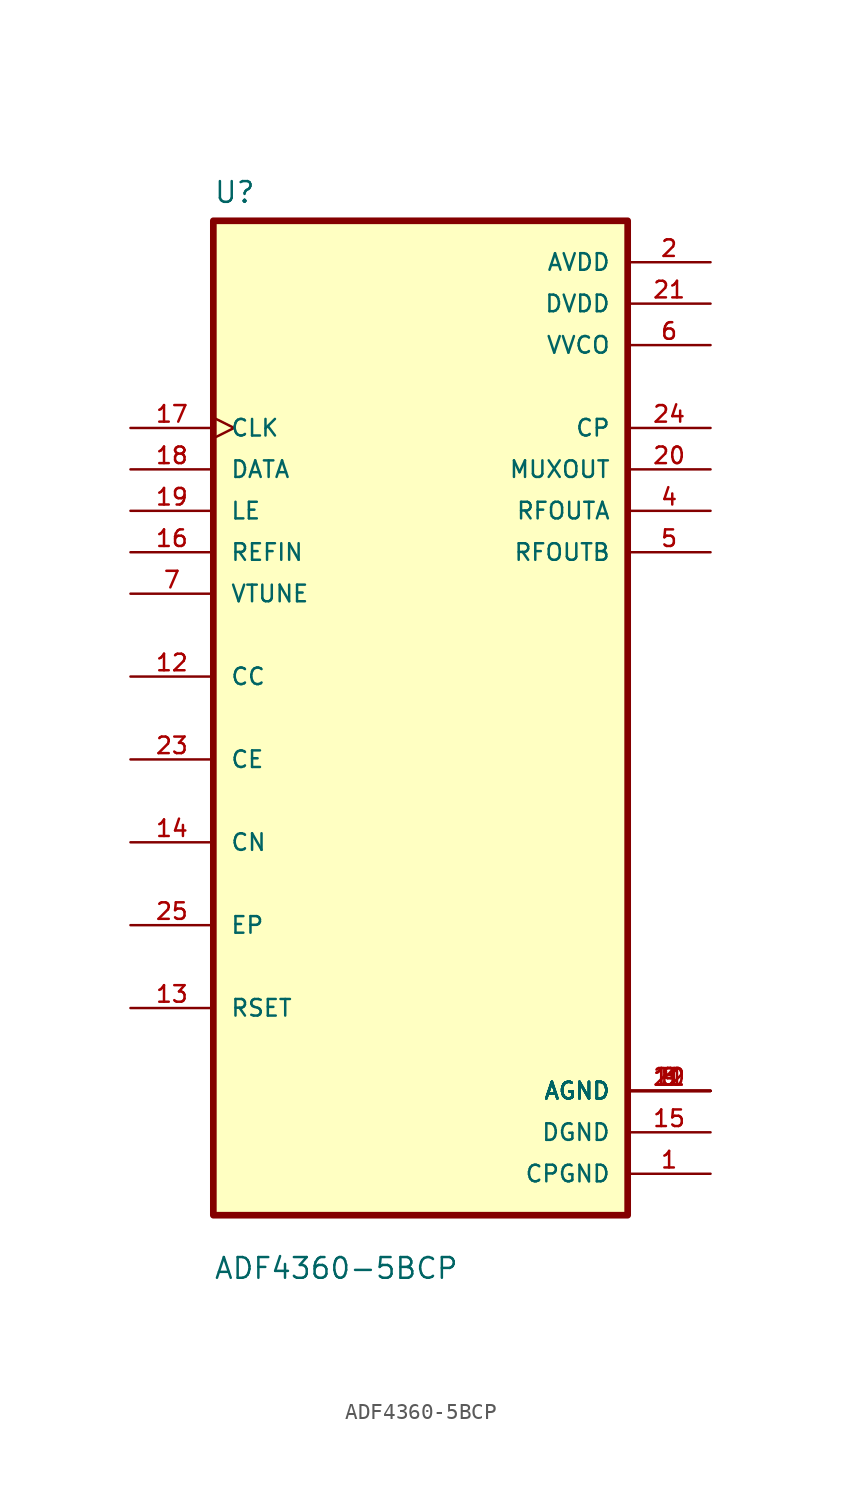
<source format=kicad_sym>
(kicad_symbol_lib
  (version 20211014)
  (generator kicad_symbol_editor)
  (symbol "ADF4360-5BCP"
    (pin_names
      (offset 1.016))
    (property "Reference" "U"
      (at -12.7 31.48 0.0)
      (effects (font (size 1.27 1.27)) (justify bottom left)))
    (property "Value" "ADF4360-5BCP"
      (at -12.7 -34.48 0.0)
      (effects (font (size 1.27 1.27)) (justify bottom left)))
    (symbol "ADF4360-5BCP_0_0"
      (rectangle (start -12.7 -30.48) (end 12.7 30.48) (stroke (width 0.41)) (fill (type background)))
      (pin input clock (at -17.78 17.78 0) (length 5.08) (name "CLK" (effects (font (size 1.016 1.016)))) (number "17" (effects (font (size 1.016 1.016)))))
      (pin input line (at -17.78 15.24 0) (length 5.08) (name "DATA" (effects (font (size 1.016 1.016)))) (number "18" (effects (font (size 1.016 1.016)))))
      (pin input line (at -17.78 12.7 0) (length 5.08) (name "LE" (effects (font (size 1.016 1.016)))) (number "19" (effects (font (size 1.016 1.016)))))
      (pin input line (at -17.78 10.16 0) (length 5.08) (name "REFIN" (effects (font (size 1.016 1.016)))) (number "16" (effects (font (size 1.016 1.016)))))
      (pin input line (at -17.78 7.62 0) (length 5.08) (name "VTUNE" (effects (font (size 1.016 1.016)))) (number "7" (effects (font (size 1.016 1.016)))))
      (pin bidirectional line (at -17.78 2.54 0) (length 5.08) (name "CC" (effects (font (size 1.016 1.016)))) (number "12" (effects (font (size 1.016 1.016)))))
      (pin bidirectional line (at -17.78 -2.54 0) (length 5.08) (name "CE" (effects (font (size 1.016 1.016)))) (number "23" (effects (font (size 1.016 1.016)))))
      (pin bidirectional line (at -17.78 -7.62 0) (length 5.08) (name "CN" (effects (font (size 1.016 1.016)))) (number "14" (effects (font (size 1.016 1.016)))))
      (pin bidirectional line (at -17.78 -12.7 0) (length 5.08) (name "EP" (effects (font (size 1.016 1.016)))) (number "25" (effects (font (size 1.016 1.016)))))
      (pin bidirectional line (at -17.78 -17.78 0) (length 5.08) (name "RSET" (effects (font (size 1.016 1.016)))) (number "13" (effects (font (size 1.016 1.016)))))
      (pin power_in line (at 17.78 27.94 180.0) (length 5.08) (name "AVDD" (effects (font (size 1.016 1.016)))) (number "2" (effects (font (size 1.016 1.016)))))
      (pin power_in line (at 17.78 25.4 180.0) (length 5.08) (name "DVDD" (effects (font (size 1.016 1.016)))) (number "21" (effects (font (size 1.016 1.016)))))
      (pin power_in line (at 17.78 22.86 180.0) (length 5.08) (name "VVCO" (effects (font (size 1.016 1.016)))) (number "6" (effects (font (size 1.016 1.016)))))
      (pin output line (at 17.78 17.78 180.0) (length 5.08) (name "CP" (effects (font (size 1.016 1.016)))) (number "24" (effects (font (size 1.016 1.016)))))
      (pin output line (at 17.78 15.24 180.0) (length 5.08) (name "MUXOUT" (effects (font (size 1.016 1.016)))) (number "20" (effects (font (size 1.016 1.016)))))
      (pin output line (at 17.78 12.7 180.0) (length 5.08) (name "RFOUTA" (effects (font (size 1.016 1.016)))) (number "4" (effects (font (size 1.016 1.016)))))
      (pin output line (at 17.78 10.16 180.0) (length 5.08) (name "RFOUTB" (effects (font (size 1.016 1.016)))) (number "5" (effects (font (size 1.016 1.016)))))
      (pin power_in line (at 17.78 -22.86 180.0) (length 5.08) (name "AGND" (effects (font (size 1.016 1.016)))) (number "3" (effects (font (size 1.016 1.016)))))
      (pin power_in line (at 17.78 -22.86 180.0) (length 5.08) (name "AGND" (effects (font (size 1.016 1.016)))) (number "8" (effects (font (size 1.016 1.016)))))
      (pin power_in line (at 17.78 -22.86 180.0) (length 5.08) (name "AGND" (effects (font (size 1.016 1.016)))) (number "9" (effects (font (size 1.016 1.016)))))
      (pin power_in line (at 17.78 -22.86 180.0) (length 5.08) (name "AGND" (effects (font (size 1.016 1.016)))) (number "10" (effects (font (size 1.016 1.016)))))
      (pin power_in line (at 17.78 -22.86 180.0) (length 5.08) (name "AGND" (effects (font (size 1.016 1.016)))) (number "11" (effects (font (size 1.016 1.016)))))
      (pin power_in line (at 17.78 -22.86 180.0) (length 5.08) (name "AGND" (effects (font (size 1.016 1.016)))) (number "22" (effects (font (size 1.016 1.016)))))
      (pin power_in line (at 17.78 -25.4 180.0) (length 5.08) (name "DGND" (effects (font (size 1.016 1.016)))) (number "15" (effects (font (size 1.016 1.016)))))
      (pin power_in line (at 17.78 -27.94 180.0) (length 5.08) (name "CPGND" (effects (font (size 1.016 1.016)))) (number "1" (effects (font (size 1.016 1.016))))))))
</source>
